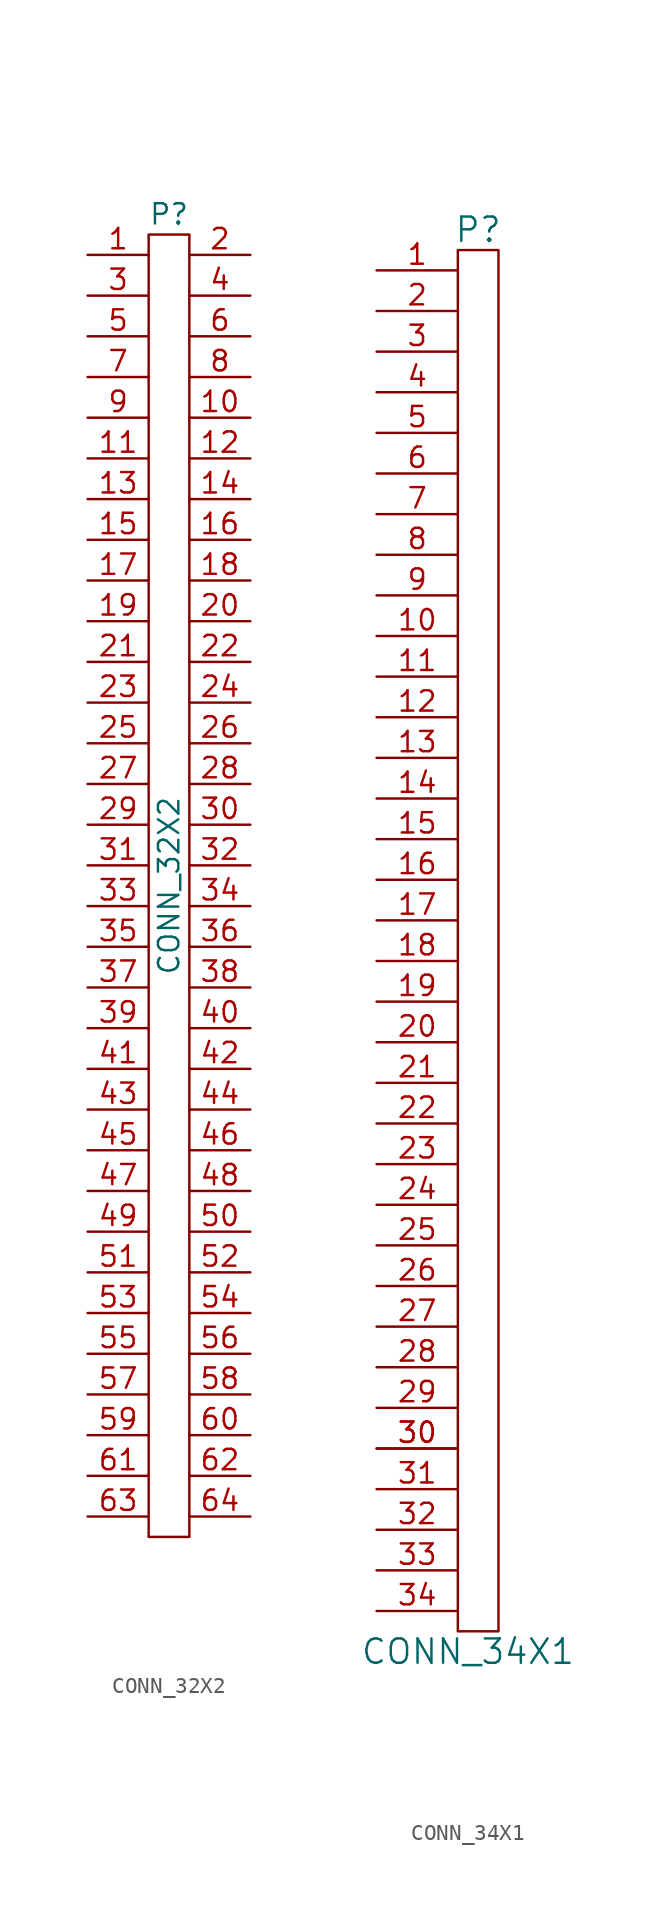
<source format=kicad_sym>
(kicad_symbol_lib
  (version 20201005)
  (generator kicad_symbol_editor)
  (symbol "CONN_32X2"
    (pin_names
      (offset 0.025) hide)
    (property "Reference" "P"
      (at 0 41.91 0)
      (effects (font (size 1.27 1.27))))
    (property "Value" "CONN_32X2"
      (at 0 0 90)
      (effects (font (size 1.27 1.27))))
    (symbol "CONN_32X2_0_1"
      (rectangle (start -1.27 40.64) (end 1.27 -40.64) (stroke (width 0)) (fill (type none))))
    (symbol "CONN_32X2_1_1"
      (pin passive line (at -5.08 39.37 0) (length 3.81) (name "P1" (effects (font (size 1.27 1.27)))) (number "1" (effects (font (size 1.27 1.27)))))
      (pin passive line (at 5.08 29.21 180) (length 3.81) (name "P10" (effects (font (size 1.27 1.27)))) (number "10" (effects (font (size 1.27 1.27)))))
      (pin passive line (at -5.08 26.67 0) (length 3.81) (name "P11" (effects (font (size 1.27 1.27)))) (number "11" (effects (font (size 1.27 1.27)))))
      (pin passive line (at 5.08 26.67 180) (length 3.81) (name "P12" (effects (font (size 1.27 1.27)))) (number "12" (effects (font (size 1.27 1.27)))))
      (pin passive line (at -5.08 24.13 0) (length 3.81) (name "P13" (effects (font (size 1.27 1.27)))) (number "13" (effects (font (size 1.27 1.27)))))
      (pin passive line (at 5.08 24.13 180) (length 3.81) (name "P14" (effects (font (size 1.27 1.27)))) (number "14" (effects (font (size 1.27 1.27)))))
      (pin passive line (at -5.08 21.59 0) (length 3.81) (name "P15" (effects (font (size 1.27 1.27)))) (number "15" (effects (font (size 1.27 1.27)))))
      (pin passive line (at 5.08 21.59 180) (length 3.81) (name "P16" (effects (font (size 1.27 1.27)))) (number "16" (effects (font (size 1.27 1.27)))))
      (pin passive line (at -5.08 19.05 0) (length 3.81) (name "P17" (effects (font (size 1.27 1.27)))) (number "17" (effects (font (size 1.27 1.27)))))
      (pin passive line (at 5.08 19.05 180) (length 3.81) (name "P18" (effects (font (size 1.27 1.27)))) (number "18" (effects (font (size 1.27 1.27)))))
      (pin passive line (at -5.08 16.51 0) (length 3.81) (name "P19" (effects (font (size 1.27 1.27)))) (number "19" (effects (font (size 1.27 1.27)))))
      (pin passive line (at 5.08 39.37 180) (length 3.81) (name "P2" (effects (font (size 1.27 1.27)))) (number "2" (effects (font (size 1.27 1.27)))))
      (pin passive line (at 5.08 16.51 180) (length 3.81) (name "P20" (effects (font (size 1.27 1.27)))) (number "20" (effects (font (size 1.27 1.27)))))
      (pin passive line (at -5.08 13.97 0) (length 3.81) (name "P21" (effects (font (size 1.27 1.27)))) (number "21" (effects (font (size 1.27 1.27)))))
      (pin passive line (at 5.08 13.97 180) (length 3.81) (name "P22" (effects (font (size 1.27 1.27)))) (number "22" (effects (font (size 1.27 1.27)))))
      (pin passive line (at -5.08 11.43 0) (length 3.81) (name "P23" (effects (font (size 1.27 1.27)))) (number "23" (effects (font (size 1.27 1.27)))))
      (pin passive line (at 5.08 11.43 180) (length 3.81) (name "P24" (effects (font (size 1.27 1.27)))) (number "24" (effects (font (size 1.27 1.27)))))
      (pin passive line (at -5.08 8.89 0) (length 3.81) (name "P25" (effects (font (size 1.27 1.27)))) (number "25" (effects (font (size 1.27 1.27)))))
      (pin passive line (at 5.08 8.89 180) (length 3.81) (name "P26" (effects (font (size 1.27 1.27)))) (number "26" (effects (font (size 1.27 1.27)))))
      (pin passive line (at -5.08 6.35 0) (length 3.81) (name "P27" (effects (font (size 1.27 1.27)))) (number "27" (effects (font (size 1.27 1.27)))))
      (pin passive line (at 5.08 6.35 180) (length 3.81) (name "P28" (effects (font (size 1.27 1.27)))) (number "28" (effects (font (size 1.27 1.27)))))
      (pin passive line (at -5.08 3.81 0) (length 3.81) (name "P29" (effects (font (size 1.27 1.27)))) (number "29" (effects (font (size 1.27 1.27)))))
      (pin passive line (at -5.08 36.83 0) (length 3.81) (name "P3" (effects (font (size 1.27 1.27)))) (number "3" (effects (font (size 1.27 1.27)))))
      (pin passive line (at 5.08 3.81 180) (length 3.81) (name "P30" (effects (font (size 1.27 1.27)))) (number "30" (effects (font (size 1.27 1.27)))))
      (pin passive line (at -5.08 1.27 0) (length 3.81) (name "P31" (effects (font (size 1.27 1.27)))) (number "31" (effects (font (size 1.27 1.27)))))
      (pin passive line (at 5.08 1.27 180) (length 3.81) (name "P32" (effects (font (size 1.27 1.27)))) (number "32" (effects (font (size 1.27 1.27)))))
      (pin passive line (at -5.08 -1.27 0) (length 3.81) (name "P33" (effects (font (size 1.27 1.27)))) (number "33" (effects (font (size 1.27 1.27)))))
      (pin passive line (at 5.08 -1.27 180) (length 3.81) (name "P34" (effects (font (size 1.27 1.27)))) (number "34" (effects (font (size 1.27 1.27)))))
      (pin passive line (at -5.08 -3.81 0) (length 3.81) (name "P35" (effects (font (size 1.27 1.27)))) (number "35" (effects (font (size 1.27 1.27)))))
      (pin passive line (at 5.08 -3.81 180) (length 3.81) (name "P36" (effects (font (size 1.27 1.27)))) (number "36" (effects (font (size 1.27 1.27)))))
      (pin passive line (at -5.08 -6.35 0) (length 3.81) (name "P37" (effects (font (size 1.27 1.27)))) (number "37" (effects (font (size 1.27 1.27)))))
      (pin passive line (at 5.08 -6.35 180) (length 3.81) (name "P38" (effects (font (size 1.27 1.27)))) (number "38" (effects (font (size 1.27 1.27)))))
      (pin passive line (at -5.08 -8.89 0) (length 3.81) (name "P39" (effects (font (size 1.27 1.27)))) (number "39" (effects (font (size 1.27 1.27)))))
      (pin passive line (at 5.08 36.83 180) (length 3.81) (name "P4" (effects (font (size 1.27 1.27)))) (number "4" (effects (font (size 1.27 1.27)))))
      (pin passive line (at 5.08 -8.89 180) (length 3.81) (name "P40" (effects (font (size 1.27 1.27)))) (number "40" (effects (font (size 1.27 1.27)))))
      (pin passive line (at -5.08 -11.43 0) (length 3.81) (name "P41" (effects (font (size 1.27 1.27)))) (number "41" (effects (font (size 1.27 1.27)))))
      (pin passive line (at 5.08 -11.43 180) (length 3.81) (name "P42" (effects (font (size 1.27 1.27)))) (number "42" (effects (font (size 1.27 1.27)))))
      (pin passive line (at -5.08 -13.97 0) (length 3.81) (name "P43" (effects (font (size 1.27 1.27)))) (number "43" (effects (font (size 1.27 1.27)))))
      (pin passive line (at 5.08 -13.97 180) (length 3.81) (name "P44" (effects (font (size 1.27 1.27)))) (number "44" (effects (font (size 1.27 1.27)))))
      (pin passive line (at -5.08 -16.51 0) (length 3.81) (name "P45" (effects (font (size 1.27 1.27)))) (number "45" (effects (font (size 1.27 1.27)))))
      (pin passive line (at 5.08 -16.51 180) (length 3.81) (name "P46" (effects (font (size 1.27 1.27)))) (number "46" (effects (font (size 1.27 1.27)))))
      (pin passive line (at -5.08 -19.05 0) (length 3.81) (name "P47" (effects (font (size 1.27 1.27)))) (number "47" (effects (font (size 1.27 1.27)))))
      (pin passive line (at 5.08 -19.05 180) (length 3.81) (name "P48" (effects (font (size 1.27 1.27)))) (number "48" (effects (font (size 1.27 1.27)))))
      (pin passive line (at -5.08 -21.59 0) (length 3.81) (name "P49" (effects (font (size 1.27 1.27)))) (number "49" (effects (font (size 1.27 1.27)))))
      (pin passive line (at -5.08 34.29 0) (length 3.81) (name "P5" (effects (font (size 1.27 1.27)))) (number "5" (effects (font (size 1.27 1.27)))))
      (pin passive line (at 5.08 -21.59 180) (length 3.81) (name "P50" (effects (font (size 1.27 1.27)))) (number "50" (effects (font (size 1.27 1.27)))))
      (pin passive line (at -5.08 -24.13 0) (length 3.81) (name "P51" (effects (font (size 1.27 1.27)))) (number "51" (effects (font (size 1.27 1.27)))))
      (pin passive line (at 5.08 -24.13 180) (length 3.81) (name "P52" (effects (font (size 1.27 1.27)))) (number "52" (effects (font (size 1.27 1.27)))))
      (pin passive line (at -5.08 -26.67 0) (length 3.81) (name "P53" (effects (font (size 1.27 1.27)))) (number "53" (effects (font (size 1.27 1.27)))))
      (pin passive line (at 5.08 -26.67 180) (length 3.81) (name "P54" (effects (font (size 1.27 1.27)))) (number "54" (effects (font (size 1.27 1.27)))))
      (pin passive line (at -5.08 -29.21 0) (length 3.81) (name "P55" (effects (font (size 1.27 1.27)))) (number "55" (effects (font (size 1.27 1.27)))))
      (pin passive line (at 5.08 -29.21 180) (length 3.81) (name "P56" (effects (font (size 1.27 1.27)))) (number "56" (effects (font (size 1.27 1.27)))))
      (pin passive line (at -5.08 -31.75 0) (length 3.81) (name "P57" (effects (font (size 1.27 1.27)))) (number "57" (effects (font (size 1.27 1.27)))))
      (pin passive line (at 5.08 -31.75 180) (length 3.81) (name "P58" (effects (font (size 1.27 1.27)))) (number "58" (effects (font (size 1.27 1.27)))))
      (pin passive line (at -5.08 -34.29 0) (length 3.81) (name "P59" (effects (font (size 1.27 1.27)))) (number "59" (effects (font (size 1.27 1.27)))))
      (pin passive line (at 5.08 34.29 180) (length 3.81) (name "P6" (effects (font (size 1.27 1.27)))) (number "6" (effects (font (size 1.27 1.27)))))
      (pin passive line (at 5.08 -34.29 180) (length 3.81) (name "P60" (effects (font (size 1.27 1.27)))) (number "60" (effects (font (size 1.27 1.27)))))
      (pin passive line (at -5.08 -36.83 0) (length 3.81) (name "P61" (effects (font (size 1.27 1.27)))) (number "61" (effects (font (size 1.27 1.27)))))
      (pin passive line (at 5.08 -36.83 180) (length 3.81) (name "P62" (effects (font (size 1.27 1.27)))) (number "62" (effects (font (size 1.27 1.27)))))
      (pin passive line (at -5.08 -39.37 0) (length 3.81) (name "P63" (effects (font (size 1.27 1.27)))) (number "63" (effects (font (size 1.27 1.27)))))
      (pin passive line (at 5.08 -39.37 180) (length 3.81) (name "P64" (effects (font (size 1.27 1.27)))) (number "64" (effects (font (size 1.27 1.27)))))
      (pin passive line (at -5.08 31.75 0) (length 3.81) (name "P7" (effects (font (size 1.27 1.27)))) (number "7" (effects (font (size 1.27 1.27)))))
      (pin passive line (at 5.08 31.75 180) (length 3.81) (name "P8" (effects (font (size 1.27 1.27)))) (number "8" (effects (font (size 1.27 1.27)))))
      (pin passive line (at -5.08 29.21 0) (length 3.81) (name "P9" (effects (font (size 1.27 1.27)))) (number "9" (effects (font (size 1.27 1.27)))))))
  (symbol "CONN_34X1"
    (pin_names
      (offset 1.016))
    (property "Reference" "P"
      (at 0 39.37 0)
      (effects (font (size 1.524 1.524))))
    (property "Value" "CONN_34X1"
      (at -0.635 -49.53 0)
      (effects (font (size 1.524 1.524))))
    (symbol "CONN_34X1_0_1"
      (rectangle (start -1.27 -48.26) (end 1.27 38.1) (stroke (width 0)) (fill (type none))))
    (symbol "CONN_34X1_1_1"
      (pin unspecified line (at -6.35 36.83 0) (length 5.08) (name "~" (effects (font (size 1.27 1.27)))) (number "1" (effects (font (size 1.27 1.27)))))
      (pin unspecified line (at -6.35 13.97 0) (length 5.08) (name "~" (effects (font (size 1.27 1.27)))) (number "10" (effects (font (size 1.27 1.27)))))
      (pin unspecified line (at -6.35 11.43 0) (length 5.08) (name "~" (effects (font (size 1.27 1.27)))) (number "11" (effects (font (size 1.27 1.27)))))
      (pin unspecified line (at -6.35 8.89 0) (length 5.08) (name "~" (effects (font (size 1.27 1.27)))) (number "12" (effects (font (size 1.27 1.27)))))
      (pin unspecified line (at -6.35 6.35 0) (length 5.08) (name "~" (effects (font (size 1.27 1.27)))) (number "13" (effects (font (size 1.27 1.27)))))
      (pin unspecified line (at -6.35 3.81 0) (length 5.08) (name "~" (effects (font (size 1.27 1.27)))) (number "14" (effects (font (size 1.27 1.27)))))
      (pin unspecified line (at -6.35 1.27 0) (length 5.08) (name "~" (effects (font (size 1.27 1.27)))) (number "15" (effects (font (size 1.27 1.27)))))
      (pin unspecified line (at -6.35 -1.27 0) (length 5.08) (name "~" (effects (font (size 1.27 1.27)))) (number "16" (effects (font (size 1.27 1.27)))))
      (pin unspecified line (at -6.35 -3.81 0) (length 5.08) (name "~" (effects (font (size 1.27 1.27)))) (number "17" (effects (font (size 1.27 1.27)))))
      (pin unspecified line (at -6.35 -6.35 0) (length 5.08) (name "~" (effects (font (size 1.27 1.27)))) (number "18" (effects (font (size 1.27 1.27)))))
      (pin unspecified line (at -6.35 -8.89 0) (length 5.08) (name "~" (effects (font (size 1.27 1.27)))) (number "19" (effects (font (size 1.27 1.27)))))
      (pin unspecified line (at -6.35 34.29 0) (length 5.08) (name "~" (effects (font (size 1.27 1.27)))) (number "2" (effects (font (size 1.27 1.27)))))
      (pin unspecified line (at -6.35 -11.43 0) (length 5.08) (name "~" (effects (font (size 1.27 1.27)))) (number "20" (effects (font (size 1.27 1.27)))))
      (pin unspecified line (at -6.35 -13.97 0) (length 5.08) (name "~" (effects (font (size 1.27 1.27)))) (number "21" (effects (font (size 1.27 1.27)))))
      (pin unspecified line (at -6.35 -16.51 0) (length 5.08) (name "~" (effects (font (size 1.27 1.27)))) (number "22" (effects (font (size 1.27 1.27)))))
      (pin unspecified line (at -6.35 -19.05 0) (length 5.08) (name "~" (effects (font (size 1.27 1.27)))) (number "23" (effects (font (size 1.27 1.27)))))
      (pin unspecified line (at -6.35 -21.59 0) (length 5.08) (name "~" (effects (font (size 1.27 1.27)))) (number "24" (effects (font (size 1.27 1.27)))))
      (pin unspecified line (at -6.35 -24.13 0) (length 5.08) (name "~" (effects (font (size 1.27 1.27)))) (number "25" (effects (font (size 1.27 1.27)))))
      (pin unspecified line (at -6.35 -26.67 0) (length 5.08) (name "~" (effects (font (size 1.27 1.27)))) (number "26" (effects (font (size 1.27 1.27)))))
      (pin unspecified line (at -6.35 -29.21 0) (length 5.08) (name "~" (effects (font (size 1.27 1.27)))) (number "27" (effects (font (size 1.27 1.27)))))
      (pin unspecified line (at -6.35 -31.75 0) (length 5.08) (name "~" (effects (font (size 1.27 1.27)))) (number "28" (effects (font (size 1.27 1.27)))))
      (pin unspecified line (at -6.35 -34.29 0) (length 5.08) (name "~" (effects (font (size 1.27 1.27)))) (number "29" (effects (font (size 1.27 1.27)))))
      (pin unspecified line (at -6.35 31.75 0) (length 5.08) (name "~" (effects (font (size 1.27 1.27)))) (number "3" (effects (font (size 1.27 1.27)))))
      (pin unspecified line (at -6.35 -36.83 0) (length 5.08) (name "~" (effects (font (size 1.27 1.27)))) (number "30" (effects (font (size 1.27 1.27)))))
      (pin unspecified line (at -6.35 -36.83 0) (length 5.08) (name "~" (effects (font (size 1.27 1.27)))) (number "30" (effects (font (size 1.27 1.27)))))
      (pin unspecified line (at -6.35 -39.37 0) (length 5.08) (name "~" (effects (font (size 1.27 1.27)))) (number "31" (effects (font (size 1.27 1.27)))))
      (pin unspecified line (at -6.35 -41.91 0) (length 5.08) (name "~" (effects (font (size 1.27 1.27)))) (number "32" (effects (font (size 1.27 1.27)))))
      (pin unspecified line (at -6.35 -44.45 0) (length 5.08) (name "~" (effects (font (size 1.27 1.27)))) (number "33" (effects (font (size 1.27 1.27)))))
      (pin unspecified line (at -6.35 -46.99 0) (length 5.08) (name "~" (effects (font (size 1.27 1.27)))) (number "34" (effects (font (size 1.27 1.27)))))
      (pin unspecified line (at -6.35 29.21 0) (length 5.08) (name "~" (effects (font (size 1.27 1.27)))) (number "4" (effects (font (size 1.27 1.27)))))
      (pin unspecified line (at -6.35 26.67 0) (length 5.08) (name "~" (effects (font (size 1.27 1.27)))) (number "5" (effects (font (size 1.27 1.27)))))
      (pin unspecified line (at -6.35 24.13 0) (length 5.08) (name "~" (effects (font (size 1.27 1.27)))) (number "6" (effects (font (size 1.27 1.27)))))
      (pin unspecified line (at -6.35 21.59 0) (length 5.08) (name "~" (effects (font (size 1.27 1.27)))) (number "7" (effects (font (size 1.27 1.27)))))
      (pin unspecified line (at -6.35 19.05 0) (length 5.08) (name "~" (effects (font (size 1.27 1.27)))) (number "8" (effects (font (size 1.27 1.27)))))
      (pin unspecified line (at -6.35 16.51 0) (length 5.08) (name "~" (effects (font (size 1.27 1.27)))) (number "9" (effects (font (size 1.27 1.27))))))))
</source>
